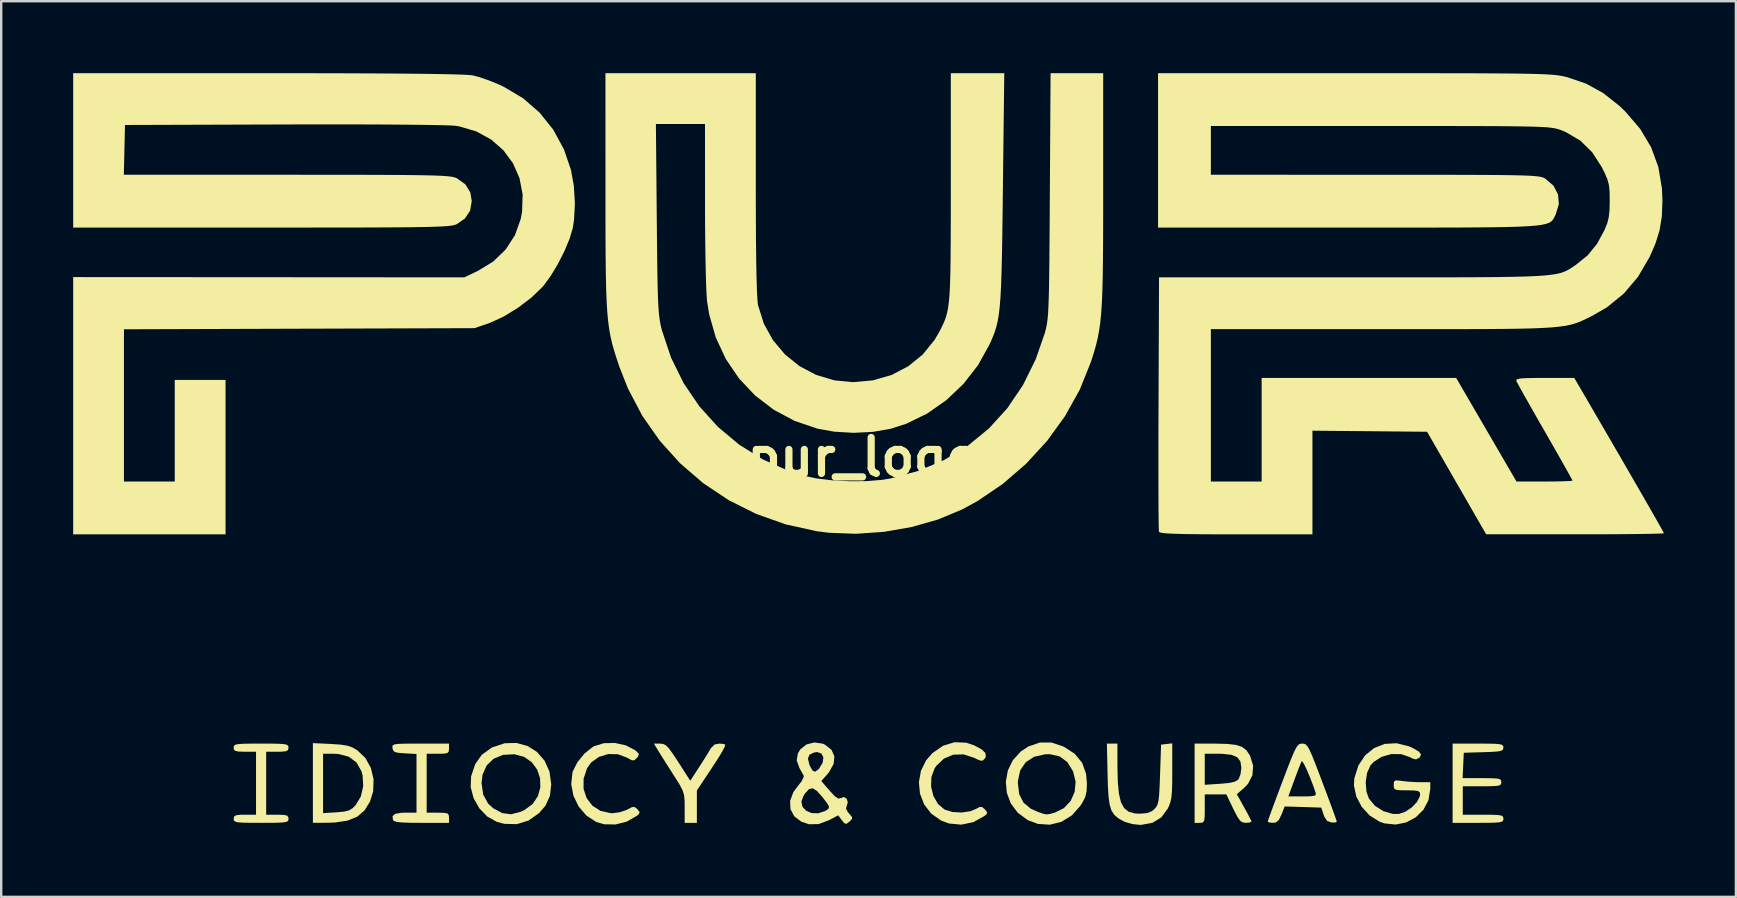
<source format=kicad_pcb>
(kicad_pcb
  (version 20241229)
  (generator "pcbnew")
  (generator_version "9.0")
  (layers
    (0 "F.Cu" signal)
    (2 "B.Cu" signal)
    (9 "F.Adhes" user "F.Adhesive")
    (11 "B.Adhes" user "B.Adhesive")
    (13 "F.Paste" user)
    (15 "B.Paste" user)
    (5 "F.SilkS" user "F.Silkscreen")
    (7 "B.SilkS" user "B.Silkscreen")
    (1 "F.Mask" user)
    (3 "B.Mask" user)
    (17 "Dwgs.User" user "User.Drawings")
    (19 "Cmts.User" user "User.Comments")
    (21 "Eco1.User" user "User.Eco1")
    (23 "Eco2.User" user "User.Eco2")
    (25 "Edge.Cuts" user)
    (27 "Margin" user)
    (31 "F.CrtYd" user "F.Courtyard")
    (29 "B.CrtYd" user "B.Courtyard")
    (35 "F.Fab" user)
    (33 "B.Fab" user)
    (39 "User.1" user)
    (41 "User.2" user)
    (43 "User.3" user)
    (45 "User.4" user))
  (footprint "pur_logo"
    (layer "F.Cu")
    (at 32.935 16.002)
    (property "Reference" "pur_logo" (at 0 0 0) (layer "F.SilkS") (effects (font (size 1.5 1.5) (thickness 0.3))))
    (attr board_only exclude_from_pos_files exclude_from_bom)
    (fp_poly (pts (xy -22.191 11.953) (xy -21.797 11.98) (xy -21.521 12.022) (xy -21.311 12.092) (xy -21.115 12.203) (xy -21.1 12.212) (xy -20.76 12.534) (xy -20.528 12.953) (xy -20.416 13.431) (xy -20.434 13.928) (xy -20.564 14.351) (xy -20.792 14.722) (xy -21.098 14.984) (xy -21.504 15.148) (xy -22.032 15.226) (xy -22.331 15.236) (xy -22.945 15.24) (xy -22.945 13.579) (xy -22.945 12.361) (xy -22.521 12.361) (xy -22.521 13.599) (xy -22.521 14.836) (xy -21.96 14.801) (xy -21.643 14.772) (xy -21.438 14.721) (xy -21.287 14.627) (xy -21.161 14.5) (xy -20.948 14.143) (xy -20.848 13.711) (xy -20.874 13.261) (xy -20.922 13.087) (xy -21.128 12.725) (xy -21.45 12.484) (xy -21.88 12.371) (xy -22.068 12.361) (xy -22.521 12.361) (xy -22.945 12.361) (xy -22.945 11.917)) (stroke (width 0) (type solid)) (fill yes) (layer "F.SilkS"))
    (fp_poly (pts (xy -17.272 12.15) (xy -17.284 12.271) (xy -17.348 12.334) (xy -17.505 12.358) (xy -17.738 12.361) (xy -18.203 12.361) (xy -18.203 13.589) (xy -18.203 14.817) (xy -17.738 14.817) (xy -17.471 14.822) (xy -17.332 14.851) (xy -17.28 14.923) (xy -17.272 15.028) (xy -17.272 15.24) (xy -18.418 15.24) (xy -18.896 15.237) (xy -19.231 15.225) (xy -19.445 15.202) (xy -19.563 15.166) (xy -19.61 15.117) (xy -19.625 14.96) (xy -19.513 14.864) (xy -19.259 14.821) (xy -19.087 14.817) (xy -18.627 14.817) (xy -18.627 13.593) (xy -18.627 12.37) (xy -19.113 12.344) (xy -19.392 12.322) (xy -19.543 12.282) (xy -19.61 12.204) (xy -19.627 12.129) (xy -19.633 12.053) (xy -19.609 12.001) (xy -19.53 11.968) (xy -19.37 11.949) (xy -19.103 11.94) (xy -18.705 11.938) (xy -18.463 11.938) (xy -17.272 11.938)) (stroke (width 0) (type solid)) (fill yes) (layer "F.SilkS"))
    (fp_poly (pts (xy -8.349 11.951) (xy -8.239 12.006) (xy -8.116 12.128) (xy -7.958 12.343) (xy -7.739 12.675) (xy -7.715 12.711) (xy -7.218 13.485) (xy -6.839 12.902) (xy -6.647 12.603) (xy -6.482 12.337) (xy -6.373 12.153) (xy -6.36 12.129) (xy -6.2 11.972) (xy -6.008 11.938) (xy -5.831 11.952) (xy -5.757 11.986) (xy -5.757 11.986) (xy -5.791 12.09) (xy -5.896 12.286) (xy -6.081 12.587) (xy -6.355 13.008) (xy -6.448 13.147) (xy -6.943 13.891) (xy -6.943 14.565) (xy -6.943 15.24) (xy -7.197 15.24) (xy -7.451 15.24) (xy -7.451 14.604) (xy -7.454 14.306) (xy -7.477 14.085) (xy -7.537 13.889) (xy -7.649 13.669) (xy -7.833 13.373) (xy -7.899 13.271) (xy -8.118 12.927) (xy -8.326 12.599) (xy -8.49 12.337) (xy -8.54 12.255) (xy -8.734 11.938) (xy -8.474 11.938)) (stroke (width 0) (type solid)) (fill yes) (layer "F.SilkS"))
    (fp_poly (pts (xy 4.281 11.9) (xy 4.614 12.011) (xy 4.929 12.18) (xy 5.087 12.336) (xy 5.097 12.49) (xy 5.057 12.56) (xy 4.98 12.642) (xy 4.883 12.65) (xy 4.714 12.581) (xy 4.618 12.532) (xy 4.171 12.387) (xy 3.74 12.4) (xy 3.352 12.564) (xy 3.031 12.872) (xy 2.963 12.974) (xy 2.83 13.333) (xy 2.818 13.733) (xy 2.915 14.124) (xy 3.109 14.459) (xy 3.383 14.688) (xy 3.711 14.789) (xy 4.099 14.81) (xy 4.468 14.753) (xy 4.665 14.671) (xy 4.839 14.58) (xy 4.946 14.581) (xy 5.059 14.677) (xy 5.157 14.797) (xy 5.126 14.884) (xy 5.038 14.958) (xy 4.579 15.211) (xy 4.076 15.316) (xy 3.565 15.267) (xy 3.235 15.145) (xy 2.823 14.855) (xy 2.528 14.471) (xy 2.356 14.025) (xy 2.31 13.549) (xy 2.395 13.074) (xy 2.613 12.631) (xy 2.878 12.33) (xy 3.323 12.024) (xy 3.796 11.88)) (stroke (width 0) (type solid)) (fill yes) (layer "F.SilkS"))
    (fp_poly (pts (xy 12.869 13.1) (xy 12.867 13.583) (xy 12.856 13.934) (xy 12.832 14.187) (xy 12.791 14.38) (xy 12.728 14.548) (xy 12.679 14.651) (xy 12.413 15.012) (xy 12.049 15.236) (xy 11.585 15.323) (xy 11.515 15.324) (xy 11.201 15.29) (xy 10.902 15.203) (xy 10.843 15.176) (xy 10.619 15.049) (xy 10.454 14.909) (xy 10.337 14.73) (xy 10.26 14.483) (xy 10.213 14.143) (xy 10.186 13.681) (xy 10.174 13.244) (xy 10.145 11.938) (xy 10.364 11.938) (xy 10.583 11.938) (xy 10.585 12.89) (xy 10.6 13.533) (xy 10.646 14.025) (xy 10.732 14.385) (xy 10.866 14.63) (xy 11.056 14.778) (xy 11.312 14.848) (xy 11.515 14.859) (xy 11.819 14.836) (xy 12.025 14.751) (xy 12.126 14.666) (xy 12.202 14.579) (xy 12.256 14.475) (xy 12.295 14.322) (xy 12.321 14.092) (xy 12.341 13.755) (xy 12.359 13.282) (xy 12.361 13.227) (xy 12.404 11.98) (xy 12.636 11.954) (xy 12.869 11.927)) (stroke (width 0) (type solid)) (fill yes) (layer "F.SilkS"))
    (fp_poly (pts (xy 26.051 11.94) (xy 26.349 11.947) (xy 26.532 11.966) (xy 26.628 11.998) (xy 26.665 12.05) (xy 26.67 12.104) (xy 26.656 12.181) (xy 26.594 12.232) (xy 26.454 12.263) (xy 26.203 12.282) (xy 25.845 12.295) (xy 25.019 12.319) (xy 24.994 12.848) (xy 24.969 13.377) (xy 25.777 13.377) (xy 26.152 13.38) (xy 26.389 13.392) (xy 26.519 13.42) (xy 26.574 13.47) (xy 26.585 13.547) (xy 26.573 13.625) (xy 26.516 13.675) (xy 26.382 13.702) (xy 26.14 13.714) (xy 25.781 13.716) (xy 24.977 13.716) (xy 24.977 14.309) (xy 24.977 14.901) (xy 25.823 14.901) (xy 26.209 14.904) (xy 26.455 14.915) (xy 26.594 14.941) (xy 26.655 14.988) (xy 26.67 15.062) (xy 26.67 15.071) (xy 26.66 15.141) (xy 26.613 15.189) (xy 26.501 15.218) (xy 26.296 15.233) (xy 25.971 15.239) (xy 25.612 15.24) (xy 24.553 15.24) (xy 24.553 13.589) (xy 24.553 11.938) (xy 25.612 11.938)) (stroke (width 0) (type solid)) (fill yes) (layer "F.SilkS"))
    (fp_poly (pts (xy -14 12.038) (xy -13.603 12.289) (xy -13.291 12.648) (xy -13.086 13.101) (xy -13.012 13.631) (xy -13.068 14.12) (xy -13.252 14.525) (xy -13.518 14.833) (xy -13.957 15.144) (xy -14.445 15.294) (xy -14.968 15.282) (xy -15.282 15.198) (xy -15.68 14.976) (xy -16.01 14.633) (xy -16.247 14.213) (xy -16.369 13.755) (xy -16.362 13.582) (xy -15.917 13.582) (xy -15.849 14.058) (xy -15.645 14.435) (xy -15.432 14.631) (xy -15.054 14.834) (xy -14.685 14.883) (xy -14.287 14.78) (xy -14.136 14.711) (xy -13.789 14.456) (xy -13.568 14.129) (xy -13.466 13.759) (xy -13.478 13.379) (xy -13.599 13.02) (xy -13.823 12.713) (xy -14.144 12.49) (xy -14.548 12.382) (xy -15.022 12.407) (xy -15.414 12.569) (xy -15.705 12.851) (xy -15.877 13.238) (xy -15.917 13.582) (xy -16.362 13.582) (xy -16.352 13.303) (xy -16.349 13.29) (xy -16.176 12.784) (xy -15.903 12.402) (xy -15.512 12.118) (xy -15.452 12.087) (xy -14.948 11.922) (xy -14.456 11.911)) (stroke (width 0) (type solid)) (fill yes) (layer "F.SilkS"))
    (fp_poly (pts (xy -9.902 12.011) (xy -9.517 12.213) (xy -9.461 12.259) (xy -9.361 12.371) (xy -9.391 12.473) (xy -9.447 12.538) (xy -9.548 12.631) (xy -9.647 12.635) (xy -9.811 12.549) (xy -9.85 12.525) (xy -10.232 12.381) (xy -10.638 12.374) (xy -11.024 12.491) (xy -11.346 12.722) (xy -11.519 12.962) (xy -11.664 13.401) (xy -11.665 13.827) (xy -11.537 14.21) (xy -11.297 14.525) (xy -10.958 14.743) (xy -10.539 14.836) (xy -10.452 14.838) (xy -10.151 14.797) (xy -9.874 14.704) (xy -9.826 14.679) (xy -9.646 14.584) (xy -9.537 14.579) (xy -9.43 14.663) (xy -9.423 14.671) (xy -9.328 14.788) (xy -9.362 14.876) (xy -9.444 14.947) (xy -9.861 15.187) (xy -10.334 15.308) (xy -10.808 15.3) (xy -11.134 15.205) (xy -11.546 14.938) (xy -11.87 14.56) (xy -12.087 14.111) (xy -12.179 13.629) (xy -12.129 13.151) (xy -12.108 13.084) (xy -11.92 12.712) (xy -11.63 12.356) (xy -11.295 12.086) (xy -11.227 12.047) (xy -10.819 11.92) (xy -10.357 11.911)) (stroke (width 0) (type solid)) (fill yes) (layer "F.SilkS"))
    (fp_poly (pts (xy -24.644 11.939) (xy -24.328 11.946) (xy -24.128 11.962) (xy -24.018 11.991) (xy -23.971 12.037) (xy -23.961 12.104) (xy -23.961 12.107) (xy -23.981 12.205) (xy -24.068 12.256) (xy -24.263 12.275) (xy -24.426 12.277) (xy -24.892 12.277) (xy -24.892 13.589) (xy -24.892 14.901) (xy -24.426 14.901) (xy -24.157 14.909) (xy -24.017 14.94) (xy -23.966 15.011) (xy -23.961 15.071) (xy -23.97 15.139) (xy -24.015 15.186) (xy -24.122 15.215) (xy -24.317 15.232) (xy -24.629 15.239) (xy -25.081 15.24) (xy -25.104 15.24) (xy -25.563 15.239) (xy -25.879 15.232) (xy -26.08 15.216) (xy -26.19 15.187) (xy -26.237 15.141) (xy -26.247 15.074) (xy -26.247 15.071) (xy -26.226 14.973) (xy -26.139 14.922) (xy -25.944 14.903) (xy -25.781 14.901) (xy -25.315 14.901) (xy -25.315 13.589) (xy -25.315 12.277) (xy -25.781 12.277) (xy -26.05 12.269) (xy -26.19 12.238) (xy -26.242 12.167) (xy -26.247 12.107) (xy -26.238 12.039) (xy -26.193 11.992) (xy -26.086 11.963) (xy -25.89 11.946) (xy -25.579 11.939) (xy -25.126 11.938) (xy -25.104 11.938)) (stroke (width 0) (type solid)) (fill yes) (layer "F.SilkS"))
    (fp_poly (pts (xy 7.84 11.894) (xy 8.344 12.064) (xy 8.346 12.064) (xy 8.803 12.361) (xy 9.112 12.735) (xy 9.278 13.196) (xy 9.313 13.596) (xy 9.299 13.927) (xy 9.239 14.174) (xy 9.11 14.422) (xy 9.038 14.532) (xy 8.68 14.933) (xy 8.248 15.197) (xy 7.771 15.317) (xy 7.275 15.285) (xy 6.85 15.128) (xy 6.433 14.822) (xy 6.141 14.433) (xy 5.975 13.99) (xy 5.939 13.585) (xy 6.435 13.585) (xy 6.491 14.047) (xy 6.668 14.397) (xy 6.978 14.654) (xy 7.259 14.78) (xy 7.481 14.858) (xy 7.62 14.888) (xy 7.753 14.874) (xy 7.957 14.818) (xy 7.973 14.814) (xy 8.351 14.629) (xy 8.633 14.33) (xy 8.802 13.953) (xy 8.842 13.533) (xy 8.74 13.105) (xy 8.733 13.089) (xy 8.494 12.706) (xy 8.177 12.471) (xy 7.773 12.38) (xy 7.572 12.383) (xy 7.111 12.487) (xy 6.762 12.714) (xy 6.533 13.053) (xy 6.437 13.494) (xy 6.435 13.585) (xy 5.939 13.585) (xy 5.934 13.522) (xy 6.018 13.058) (xy 6.227 12.629) (xy 6.561 12.263) (xy 6.876 12.056) (xy 7.354 11.892)) (stroke (width 0) (type solid)) (fill yes) (layer "F.SilkS"))
    (fp_poly (pts (xy 14.668 11.939) (xy 15.161 11.951) (xy 15.517 11.991) (xy 15.769 12.071) (xy 15.948 12.203) (xy 16.085 12.397) (xy 16.112 12.447) (xy 16.24 12.857) (xy 16.209 13.257) (xy 16.025 13.617) (xy 15.874 13.775) (xy 15.56 14.047) (xy 15.865 14.594) (xy 16.014 14.865) (xy 16.122 15.075) (xy 16.171 15.185) (xy 16.171 15.19) (xy 16.098 15.226) (xy 15.934 15.24) (xy 15.804 15.223) (xy 15.698 15.152) (xy 15.587 14.994) (xy 15.443 14.718) (xy 15.409 14.647) (xy 15.123 14.055) (xy 14.673 14.055) (xy 14.224 14.055) (xy 14.224 14.647) (xy 14.221 14.957) (xy 14.203 15.134) (xy 14.156 15.216) (xy 14.069 15.239) (xy 14.012 15.24) (xy 13.801 15.24) (xy 13.801 13.589) (xy 13.801 12.361) (xy 14.224 12.361) (xy 14.224 13.007) (xy 14.224 13.654) (xy 14.873 13.612) (xy 15.236 13.578) (xy 15.467 13.529) (xy 15.601 13.453) (xy 15.635 13.415) (xy 15.711 13.228) (xy 15.747 12.975) (xy 15.748 12.943) (xy 15.709 12.68) (xy 15.577 12.505) (xy 15.331 12.404) (xy 14.95 12.364) (xy 14.798 12.361) (xy 14.224 12.361) (xy 13.801 12.361) (xy 13.801 11.938)) (stroke (width 0) (type solid)) (fill yes) (layer "F.SilkS"))
    (fp_poly (pts (xy 18.368 11.945) (xy 18.439 11.979) (xy 18.511 12.061) (xy 18.595 12.211) (xy 18.701 12.45) (xy 18.84 12.797) (xy 19.023 13.274) (xy 19.122 13.538) (xy 19.306 14.026) (xy 19.467 14.46) (xy 19.597 14.814) (xy 19.686 15.065) (xy 19.726 15.187) (xy 19.727 15.194) (xy 19.655 15.227) (xy 19.502 15.224) (xy 19.323 15.159) (xy 19.207 14.984) (xy 19.177 14.901) (xy 19.078 14.605) (xy 18.316 14.581) (xy 17.554 14.557) (xy 17.42 14.898) (xy 17.311 15.123) (xy 17.191 15.222) (xy 17.067 15.24) (xy 16.905 15.223) (xy 16.849 15.189) (xy 16.877 15.097) (xy 16.957 14.872) (xy 17.079 14.538) (xy 17.227 14.139) (xy 17.707 14.139) (xy 18.3 14.139) (xy 18.609 14.135) (xy 18.782 14.115) (xy 18.85 14.072) (xy 18.847 13.997) (xy 18.845 13.991) (xy 18.733 13.666) (xy 18.606 13.338) (xy 18.481 13.041) (xy 18.371 12.811) (xy 18.293 12.682) (xy 18.264 12.67) (xy 18.214 12.783) (xy 18.122 13.013) (xy 18.007 13.318) (xy 17.96 13.446) (xy 17.707 14.139) (xy 17.227 14.139) (xy 17.235 14.12) (xy 17.414 13.641) (xy 17.454 13.538) (xy 17.659 12.996) (xy 17.817 12.593) (xy 17.936 12.307) (xy 18.029 12.12) (xy 18.105 12.009) (xy 18.175 11.956) (xy 18.25 11.939) (xy 18.288 11.938)) (stroke (width 0) (type solid)) (fill yes) (layer "F.SilkS"))
    (fp_poly (pts (xy 22.726 12.048) (xy 22.918 12.136) (xy 23.152 12.276) (xy 23.238 12.39) (xy 23.19 12.499) (xy 23.15 12.536) (xy 23.028 12.597) (xy 22.879 12.559) (xy 22.778 12.503) (xy 22.408 12.376) (xy 21.994 12.375) (xy 21.591 12.49) (xy 21.252 12.709) (xy 21.13 12.845) (xy 20.987 13.16) (xy 20.931 13.551) (xy 20.964 13.946) (xy 21.062 14.224) (xy 21.312 14.527) (xy 21.664 14.752) (xy 22.059 14.868) (xy 22.31 14.87) (xy 22.584 14.778) (xy 22.853 14.596) (xy 23.07 14.367) (xy 23.189 14.132) (xy 23.199 14.056) (xy 23.182 13.964) (xy 23.106 13.912) (xy 22.935 13.89) (xy 22.648 13.885) (xy 22.353 13.882) (xy 22.188 13.861) (xy 22.116 13.808) (xy 22.098 13.707) (xy 22.098 13.663) (xy 22.111 13.52) (xy 22.184 13.469) (xy 22.364 13.484) (xy 22.416 13.492) (xy 22.696 13.524) (xy 23.037 13.543) (xy 23.177 13.546) (xy 23.622 13.547) (xy 23.622 13.837) (xy 23.545 14.299) (xy 23.335 14.696) (xy 23.018 15.009) (xy 22.625 15.22) (xy 22.183 15.311) (xy 21.72 15.264) (xy 21.505 15.19) (xy 21.093 14.932) (xy 20.763 14.569) (xy 20.538 14.14) (xy 20.44 13.684) (xy 20.458 13.381) (xy 20.627 12.848) (xy 20.91 12.425) (xy 21.283 12.122) (xy 21.724 11.951) (xy 22.213 11.922)) (stroke (width 0) (type solid)) (fill yes) (layer "F.SilkS"))
    (fp_poly (pts (xy -1.7 11.94) (xy -1.607 11.981) (xy -1.332 12.197) (xy -1.21 12.471) (xy -1.244 12.786) (xy -1.433 13.126) (xy -1.515 13.226) (xy -1.757 13.497) (xy -1.411 13.898) (xy -1.202 14.123) (xy -1.062 14.224) (xy -0.966 14.217) (xy -0.956 14.209) (xy -0.809 14.163) (xy -0.694 14.239) (xy -0.654 14.388) (xy -0.686 14.495) (xy -0.726 14.647) (xy -0.646 14.799) (xy -0.599 14.853) (xy -0.481 14.991) (xy -0.478 15.08) (xy -0.583 15.189) (xy -0.705 15.281) (xy -0.794 15.258) (xy -0.9 15.131) (xy -1.054 14.927) (xy -1.429 15.126) (xy -1.866 15.291) (xy -2.271 15.299) (xy -2.592 15.191) (xy -2.887 14.966) (xy -3.043 14.668) (xy -3.056 14.355) (xy -2.587 14.355) (xy -2.541 14.572) (xy -2.387 14.738) (xy -2.157 14.834) (xy -1.881 14.842) (xy -1.588 14.743) (xy -1.508 14.694) (xy -1.441 14.628) (xy -1.445 14.541) (xy -1.533 14.396) (xy -1.715 14.162) (xy -1.942 13.909) (xy -2.116 13.8) (xy -2.267 13.833) (xy -2.428 14.006) (xy -2.494 14.104) (xy -2.587 14.355) (xy -3.056 14.355) (xy -3.057 14.326) (xy -2.925 13.967) (xy -2.742 13.717) (xy -2.576 13.504) (xy -2.492 13.335) (xy -2.492 13.272) (xy -2.574 13.122) (xy -2.669 12.954) (xy -2.783 12.635) (xy -2.771 12.565) (xy -2.315 12.565) (xy -2.251 12.823) (xy -2.239 12.853) (xy -2.126 13.061) (xy -2.015 13.11) (xy -1.877 13.01) (xy -1.846 12.975) (xy -1.699 12.731) (xy -1.671 12.512) (xy -1.751 12.353) (xy -1.929 12.29) (xy -2.052 12.306) (xy -2.252 12.4) (xy -2.315 12.565) (xy -2.771 12.565) (xy -2.732 12.341) (xy -2.626 12.171) (xy -2.369 11.97) (xy -2.041 11.89)) (stroke (width 0) (type solid)) (fill yes) (layer "F.SilkS"))
    (fp_poly (pts (xy -23.274 -16.001) (xy -21.842 -15.998) (xy -20.57 -15.993) (xy -19.46 -15.986) (xy -18.514 -15.977) (xy -17.731 -15.966) (xy -17.113 -15.954) (xy -16.662 -15.939) (xy -16.378 -15.922) (xy -16.293 -15.912) (xy -15.992 -15.834) (xy -15.606 -15.699) (xy -15.195 -15.531) (xy -14.996 -15.439) (xy -14.189 -14.959) (xy -13.496 -14.357) (xy -12.924 -13.642) (xy -12.481 -12.824) (xy -12.19 -11.971) (xy -12.069 -11.301) (xy -12.026 -10.578) (xy -12.062 -9.882) (xy -12.114 -9.55) (xy -12.245 -9.107) (xy -12.46 -8.591) (xy -12.731 -8.057) (xy -13.03 -7.559) (xy -13.329 -7.151) (xy -13.378 -7.094) (xy -13.839 -6.65) (xy -14.395 -6.227) (xy -14.99 -5.863) (xy -15.563 -5.598) (xy -15.646 -5.569) (xy -16.214 -5.376) (xy -23.516 -5.353) (xy -30.819 -5.329) (xy -30.819 -2.157) (xy -30.819 1.016) (xy -29.76 1.016) (xy -28.702 1.016) (xy -28.702 -1.101) (xy -28.702 -3.217) (xy -27.644 -3.217) (xy -26.585 -3.217) (xy -26.585 0) (xy -26.585 3.217) (xy -29.76 3.217) (xy -32.935 3.217) (xy -32.935 -2.143) (xy -32.935 -7.504) (xy -24.786 -7.499) (xy -16.637 -7.493) (xy -16.07 -7.762) (xy -15.43 -8.152) (xy -14.912 -8.652) (xy -14.526 -9.248) (xy -14.283 -9.926) (xy -14.227 -10.225) (xy -14.204 -10.948) (xy -14.335 -11.628) (xy -14.607 -12.248) (xy -15.006 -12.791) (xy -15.519 -13.239) (xy -16.133 -13.575) (xy -16.834 -13.782) (xy -16.999 -13.809) (xy -17.178 -13.822) (xy -17.513 -13.833) (xy -17.991 -13.843) (xy -18.597 -13.851) (xy -19.32 -13.858) (xy -20.145 -13.864) (xy -21.059 -13.867) (xy -22.049 -13.868) (xy -23.102 -13.868) (xy -24.172 -13.865) (xy -30.776 -13.843) (xy -30.8 -12.806) (xy -30.824 -11.769) (xy -24.027 -11.769) (xy -22.789 -11.768) (xy -21.71 -11.768) (xy -20.777 -11.766) (xy -19.979 -11.763) (xy -19.306 -11.76) (xy -18.745 -11.754) (xy -18.285 -11.747) (xy -17.916 -11.738) (xy -17.626 -11.727) (xy -17.403 -11.713) (xy -17.236 -11.697) (xy -17.113 -11.678) (xy -17.025 -11.655) (xy -16.958 -11.629) (xy -16.939 -11.62) (xy -16.587 -11.365) (xy -16.384 -11.03) (xy -16.325 -10.675) (xy -16.393 -10.271) (xy -16.61 -9.946) (xy -16.939 -9.716) (xy -16.997 -9.69) (xy -17.073 -9.668) (xy -17.177 -9.649) (xy -17.32 -9.632) (xy -17.512 -9.618) (xy -17.764 -9.606) (xy -18.086 -9.596) (xy -18.489 -9.588) (xy -18.983 -9.581) (xy -19.579 -9.577) (xy -20.286 -9.573) (xy -21.117 -9.57) (xy -22.08 -9.569) (xy -23.187 -9.568) (xy -24.449 -9.568) (xy -25.082 -9.567) (xy -32.935 -9.567) (xy -32.935 -12.785) (xy -32.935 -16.002) (xy -24.865 -16.002)) (stroke (width 0) (type solid)) (fill yes) (layer "F.SilkS"))
    (fp_poly (pts (xy -4.487 -11.392) (xy -4.485 -10.196) (xy -4.48 -9.155) (xy -4.471 -8.271) (xy -4.458 -7.546) (xy -4.441 -6.983) (xy -4.421 -6.585) (xy -4.398 -6.353) (xy -4.394 -6.333) (xy -4.152 -5.564) (xy -3.771 -4.874) (xy -3.269 -4.279) (xy -2.664 -3.792) (xy -1.974 -3.428) (xy -1.216 -3.201) (xy -0.437 -3.125) (xy 0.396 -3.201) (xy 1.169 -3.424) (xy 1.866 -3.787) (xy 2.47 -4.278) (xy 2.966 -4.889) (xy 3.181 -5.259) (xy 3.275 -5.448) (xy 3.356 -5.623) (xy 3.424 -5.799) (xy 3.48 -5.991) (xy 3.525 -6.213) (xy 3.561 -6.48) (xy 3.588 -6.807) (xy 3.608 -7.209) (xy 3.622 -7.701) (xy 3.631 -8.298) (xy 3.636 -9.014) (xy 3.639 -9.864) (xy 3.64 -10.862) (xy 3.64 -11.282) (xy 3.641 -16.002) (xy 4.754 -16.002) (xy 5.868 -16.002) (xy 5.811 -11.197) (xy 5.798 -10.102) (xy 5.785 -9.161) (xy 5.771 -8.36) (xy 5.754 -7.683) (xy 5.734 -7.117) (xy 5.709 -6.646) (xy 5.677 -6.256) (xy 5.639 -5.931) (xy 5.591 -5.658) (xy 5.534 -5.42) (xy 5.466 -5.204) (xy 5.385 -4.995) (xy 5.291 -4.777) (xy 5.258 -4.706) (xy 4.778 -3.838) (xy 4.17 -3.056) (xy 3.454 -2.376) (xy 2.652 -1.815) (xy 1.782 -1.392) (xy 1.138 -1.184) (xy 0.4 -1.055) (xy -0.411 -1.014) (xy -1.222 -1.062) (xy -1.913 -1.186) (xy -2.87 -1.512) (xy -3.742 -1.978) (xy -4.517 -2.571) (xy -5.184 -3.277) (xy -5.733 -4.084) (xy -6.152 -4.98) (xy -6.43 -5.952) (xy -6.52 -6.516) (xy -6.538 -6.765) (xy -6.556 -7.159) (xy -6.571 -7.675) (xy -6.584 -8.29) (xy -6.594 -8.978) (xy -6.601 -9.718) (xy -6.603 -10.484) (xy -6.603 -10.562) (xy -6.604 -13.885) (xy -7.627 -13.885) (xy -8.65 -13.885) (xy -8.614 -9.927) (xy -8.605 -8.996) (xy -8.596 -8.217) (xy -8.587 -7.574) (xy -8.576 -7.049) (xy -8.563 -6.625) (xy -8.547 -6.287) (xy -8.527 -6.015) (xy -8.503 -5.795) (xy -8.473 -5.609) (xy -8.438 -5.439) (xy -8.401 -5.292) (xy -8.019 -4.147) (xy -7.497 -3.088) (xy -6.844 -2.125) (xy -6.071 -1.267) (xy -5.186 -0.525) (xy -4.201 0.091) (xy -3.123 0.572) (xy -2.534 0.764) (xy -1.973 0.885) (xy -1.305 0.965) (xy -0.586 1.004) (xy 0.125 0.999) (xy 0.772 0.947) (xy 1.1 0.894) (xy 2.28 0.575) (xy 3.365 0.117) (xy 4.349 -0.475) (xy 5.228 -1.195) (xy 5.996 -2.04) (xy 6.648 -3.003) (xy 7.179 -4.08) (xy 7.552 -5.154) (xy 7.59 -5.293) (xy 7.623 -5.431) (xy 7.65 -5.581) (xy 7.673 -5.759) (xy 7.693 -5.978) (xy 7.708 -6.253) (xy 7.721 -6.597) (xy 7.732 -7.026) (xy 7.74 -7.553) (xy 7.748 -8.193) (xy 7.754 -8.96) (xy 7.761 -9.868) (xy 7.767 -10.901) (xy 7.798 -16.002) (xy 8.894 -16.002) (xy 9.991 -16.002) (xy 9.99 -11.155) (xy 9.99 -10.03) (xy 9.987 -9.059) (xy 9.981 -8.226) (xy 9.971 -7.516) (xy 9.956 -6.912) (xy 9.934 -6.4) (xy 9.904 -5.963) (xy 9.866 -5.586) (xy 9.818 -5.254) (xy 9.76 -4.95) (xy 9.689 -4.659) (xy 9.605 -4.366) (xy 9.507 -4.054) (xy 9.48 -3.971) (xy 9.015 -2.814) (xy 8.4 -1.71) (xy 7.65 -0.675) (xy 6.781 0.272) (xy 5.808 1.114) (xy 4.747 1.833) (xy 4.106 2.182) (xy 3.104 2.6) (xy 2.006 2.912) (xy 0.855 3.112) (xy -0.309 3.194) (xy -1.442 3.151) (xy -1.947 3.087) (xy -3.242 2.801) (xy -4.468 2.366) (xy -5.616 1.792) (xy -6.676 1.087) (xy -7.637 0.26) (xy -8.487 -0.681) (xy -9.218 -1.725) (xy -9.818 -2.866) (xy -10.163 -3.742) (xy -10.28 -4.088) (xy -10.38 -4.403) (xy -10.465 -4.702) (xy -10.536 -5.002) (xy -10.594 -5.319) (xy -10.641 -5.667) (xy -10.677 -6.064) (xy -10.705 -6.524) (xy -10.725 -7.063) (xy -10.738 -7.698) (xy -10.746 -8.444) (xy -10.751 -9.317) (xy -10.752 -10.333) (xy -10.752 -11.113) (xy -10.753 -16.002) (xy -7.62 -16.002) (xy -4.487 -16.002)) (stroke (width 0) (type solid)) (fill yes) (layer "F.SilkS"))
    (fp_poly (pts (xy 21.839 -16.002) (xy 23.044 -16.001) (xy 24.101 -16) (xy 25.021 -15.999) (xy 25.814 -15.996) (xy 26.492 -15.992) (xy 27.066 -15.987) (xy 27.545 -15.98) (xy 27.941 -15.972) (xy 28.265 -15.961) (xy 28.526 -15.949) (xy 28.737 -15.934) (xy 28.908 -15.916) (xy 29.05 -15.895) (xy 29.172 -15.872) (xy 29.287 -15.845) (xy 29.336 -15.833) (xy 30.116 -15.566) (xy 30.83 -15.173) (xy 31.508 -14.636) (xy 31.754 -14.401) (xy 32.37 -13.681) (xy 32.825 -12.917) (xy 33.126 -12.094) (xy 33.277 -11.2) (xy 33.298 -10.71) (xy 33.274 -10.043) (xy 33.18 -9.46) (xy 33.002 -8.889) (xy 32.762 -8.34) (xy 32.279 -7.513) (xy 31.686 -6.815) (xy 30.98 -6.241) (xy 30.353 -5.881) (xy 30.163 -5.787) (xy 29.991 -5.705) (xy 29.825 -5.633) (xy 29.655 -5.571) (xy 29.468 -5.518) (xy 29.252 -5.474) (xy 28.997 -5.438) (xy 28.689 -5.408) (xy 28.318 -5.385) (xy 27.872 -5.367) (xy 27.338 -5.354) (xy 26.706 -5.345) (xy 25.964 -5.339) (xy 25.099 -5.336) (xy 24.1 -5.334) (xy 22.956 -5.334) (xy 21.655 -5.334) (xy 21.615 -5.334) (xy 14.478 -5.334) (xy 14.478 -2.159) (xy 14.478 1.016) (xy 15.536 1.016) (xy 16.595 1.016) (xy 16.595 -1.143) (xy 16.595 -3.302) (xy 20.648 -3.302) (xy 24.701 -3.302) (xy 25.958 -1.143) (xy 27.215 1.016) (xy 28.382 1.016) (xy 28.804 1.013) (xy 29.158 1.006) (xy 29.414 0.995) (xy 29.54 0.982) (xy 29.549 0.977) (xy 29.508 0.896) (xy 29.394 0.688) (xy 29.217 0.372) (xy 28.988 -0.033) (xy 28.717 -0.507) (xy 28.417 -1.031) (xy 28.403 -1.056) (xy 28.098 -1.587) (xy 27.82 -2.075) (xy 27.581 -2.498) (xy 27.391 -2.836) (xy 27.264 -3.069) (xy 27.209 -3.175) (xy 27.208 -3.176) (xy 27.21 -3.226) (xy 27.275 -3.26) (xy 27.425 -3.283) (xy 27.685 -3.296) (xy 28.078 -3.301) (xy 28.392 -3.302) (xy 29.623 -3.302) (xy 30.081 -2.519) (xy 30.581 -1.661) (xy 31.061 -0.836) (xy 31.515 -0.054) (xy 31.935 0.672) (xy 32.314 1.328) (xy 32.646 1.905) (xy 32.923 2.388) (xy 33.138 2.766) (xy 33.283 3.027) (xy 33.353 3.158) (xy 33.359 3.171) (xy 33.277 3.18) (xy 33.043 3.189) (xy 32.674 3.197) (xy 32.187 3.204) (xy 31.599 3.209) (xy 30.928 3.213) (xy 30.19 3.215) (xy 29.654 3.215) (xy 25.95 3.214) (xy 24.72 1.078) (xy 23.489 -1.058) (xy 21.1 -1.081) (xy 18.711 -1.103) (xy 18.711 1.057) (xy 18.711 3.217) (xy 15.534 3.217) (xy 14.675 3.216) (xy 13.973 3.212) (xy 13.414 3.205) (xy 12.985 3.194) (xy 12.674 3.18) (xy 12.467 3.16) (xy 12.352 3.136) (xy 12.316 3.111) (xy 12.309 3.01) (xy 12.303 2.754) (xy 12.298 2.359) (xy 12.295 1.838) (xy 12.293 1.207) (xy 12.292 0.481) (xy 12.292 -0.326) (xy 12.293 -1.198) (xy 12.297 -2.122) (xy 12.297 -2.244) (xy 12.319 -7.493) (xy 20.405 -7.493) (xy 21.79 -7.493) (xy 23.016 -7.493) (xy 24.094 -7.494) (xy 25.034 -7.496) (xy 25.848 -7.5) (xy 26.545 -7.507) (xy 27.136 -7.517) (xy 27.632 -7.53) (xy 28.043 -7.548) (xy 28.38 -7.571) (xy 28.653 -7.6) (xy 28.873 -7.634) (xy 29.051 -7.676) (xy 29.197 -7.724) (xy 29.322 -7.781) (xy 29.436 -7.846) (xy 29.55 -7.92) (xy 29.675 -8.004) (xy 29.694 -8.017) (xy 30.181 -8.41) (xy 30.571 -8.889) (xy 30.876 -9.45) (xy 30.993 -9.734) (xy 31.061 -9.999) (xy 31.093 -10.307) (xy 31.101 -10.688) (xy 31.096 -11.065) (xy 31.069 -11.339) (xy 31.005 -11.578) (xy 30.888 -11.848) (xy 30.769 -12.086) (xy 30.37 -12.707) (xy 29.876 -13.191) (xy 29.278 -13.544) (xy 29.088 -13.622) (xy 29 -13.654) (xy 28.91 -13.682) (xy 28.807 -13.706) (xy 28.678 -13.726) (xy 28.513 -13.744) (xy 28.3 -13.758) (xy 28.028 -13.77) (xy 27.685 -13.779) (xy 27.26 -13.786) (xy 26.741 -13.792) (xy 26.117 -13.796) (xy 25.377 -13.798) (xy 24.509 -13.8) (xy 23.501 -13.8) (xy 22.342 -13.801) (xy 21.544 -13.801) (xy 14.478 -13.801) (xy 14.478 -12.785) (xy 14.478 -11.769) (xy 21.315 -11.768) (xy 22.551 -11.768) (xy 23.63 -11.768) (xy 24.562 -11.766) (xy 25.358 -11.764) (xy 26.03 -11.761) (xy 26.59 -11.756) (xy 27.048 -11.75) (xy 27.416 -11.741) (xy 27.705 -11.731) (xy 27.927 -11.718) (xy 28.092 -11.702) (xy 28.213 -11.683) (xy 28.3 -11.661) (xy 28.365 -11.635) (xy 28.419 -11.605) (xy 28.422 -11.603) (xy 28.757 -11.312) (xy 28.946 -10.951) (xy 28.981 -10.547) (xy 28.854 -10.125) (xy 28.844 -10.104) (xy 28.8 -10.016) (xy 28.76 -9.938) (xy 28.712 -9.87) (xy 28.647 -9.81) (xy 28.554 -9.759) (xy 28.424 -9.716) (xy 28.246 -9.679) (xy 28.011 -9.649) (xy 27.708 -9.625) (xy 27.326 -9.606) (xy 26.857 -9.592) (xy 26.289 -9.582) (xy 25.613 -9.575) (xy 24.819 -9.57) (xy 23.896 -9.568) (xy 22.835 -9.567) (xy 21.625 -9.567) (xy 20.256 -9.567) (xy 20.201 -9.567) (xy 12.277 -9.567) (xy 12.277 -12.785) (xy 12.277 -16.002) (xy 20.476 -16.002)) (stroke (width 0) (type solid)) (fill yes) (layer "F.SilkS")))
  (gr_rect
    (start -3 -3)
    (end 69.294 34.326)
    (stroke (width 0.1) (type default))
    (fill no)
    (layer "Edge.Cuts")))
</source>
